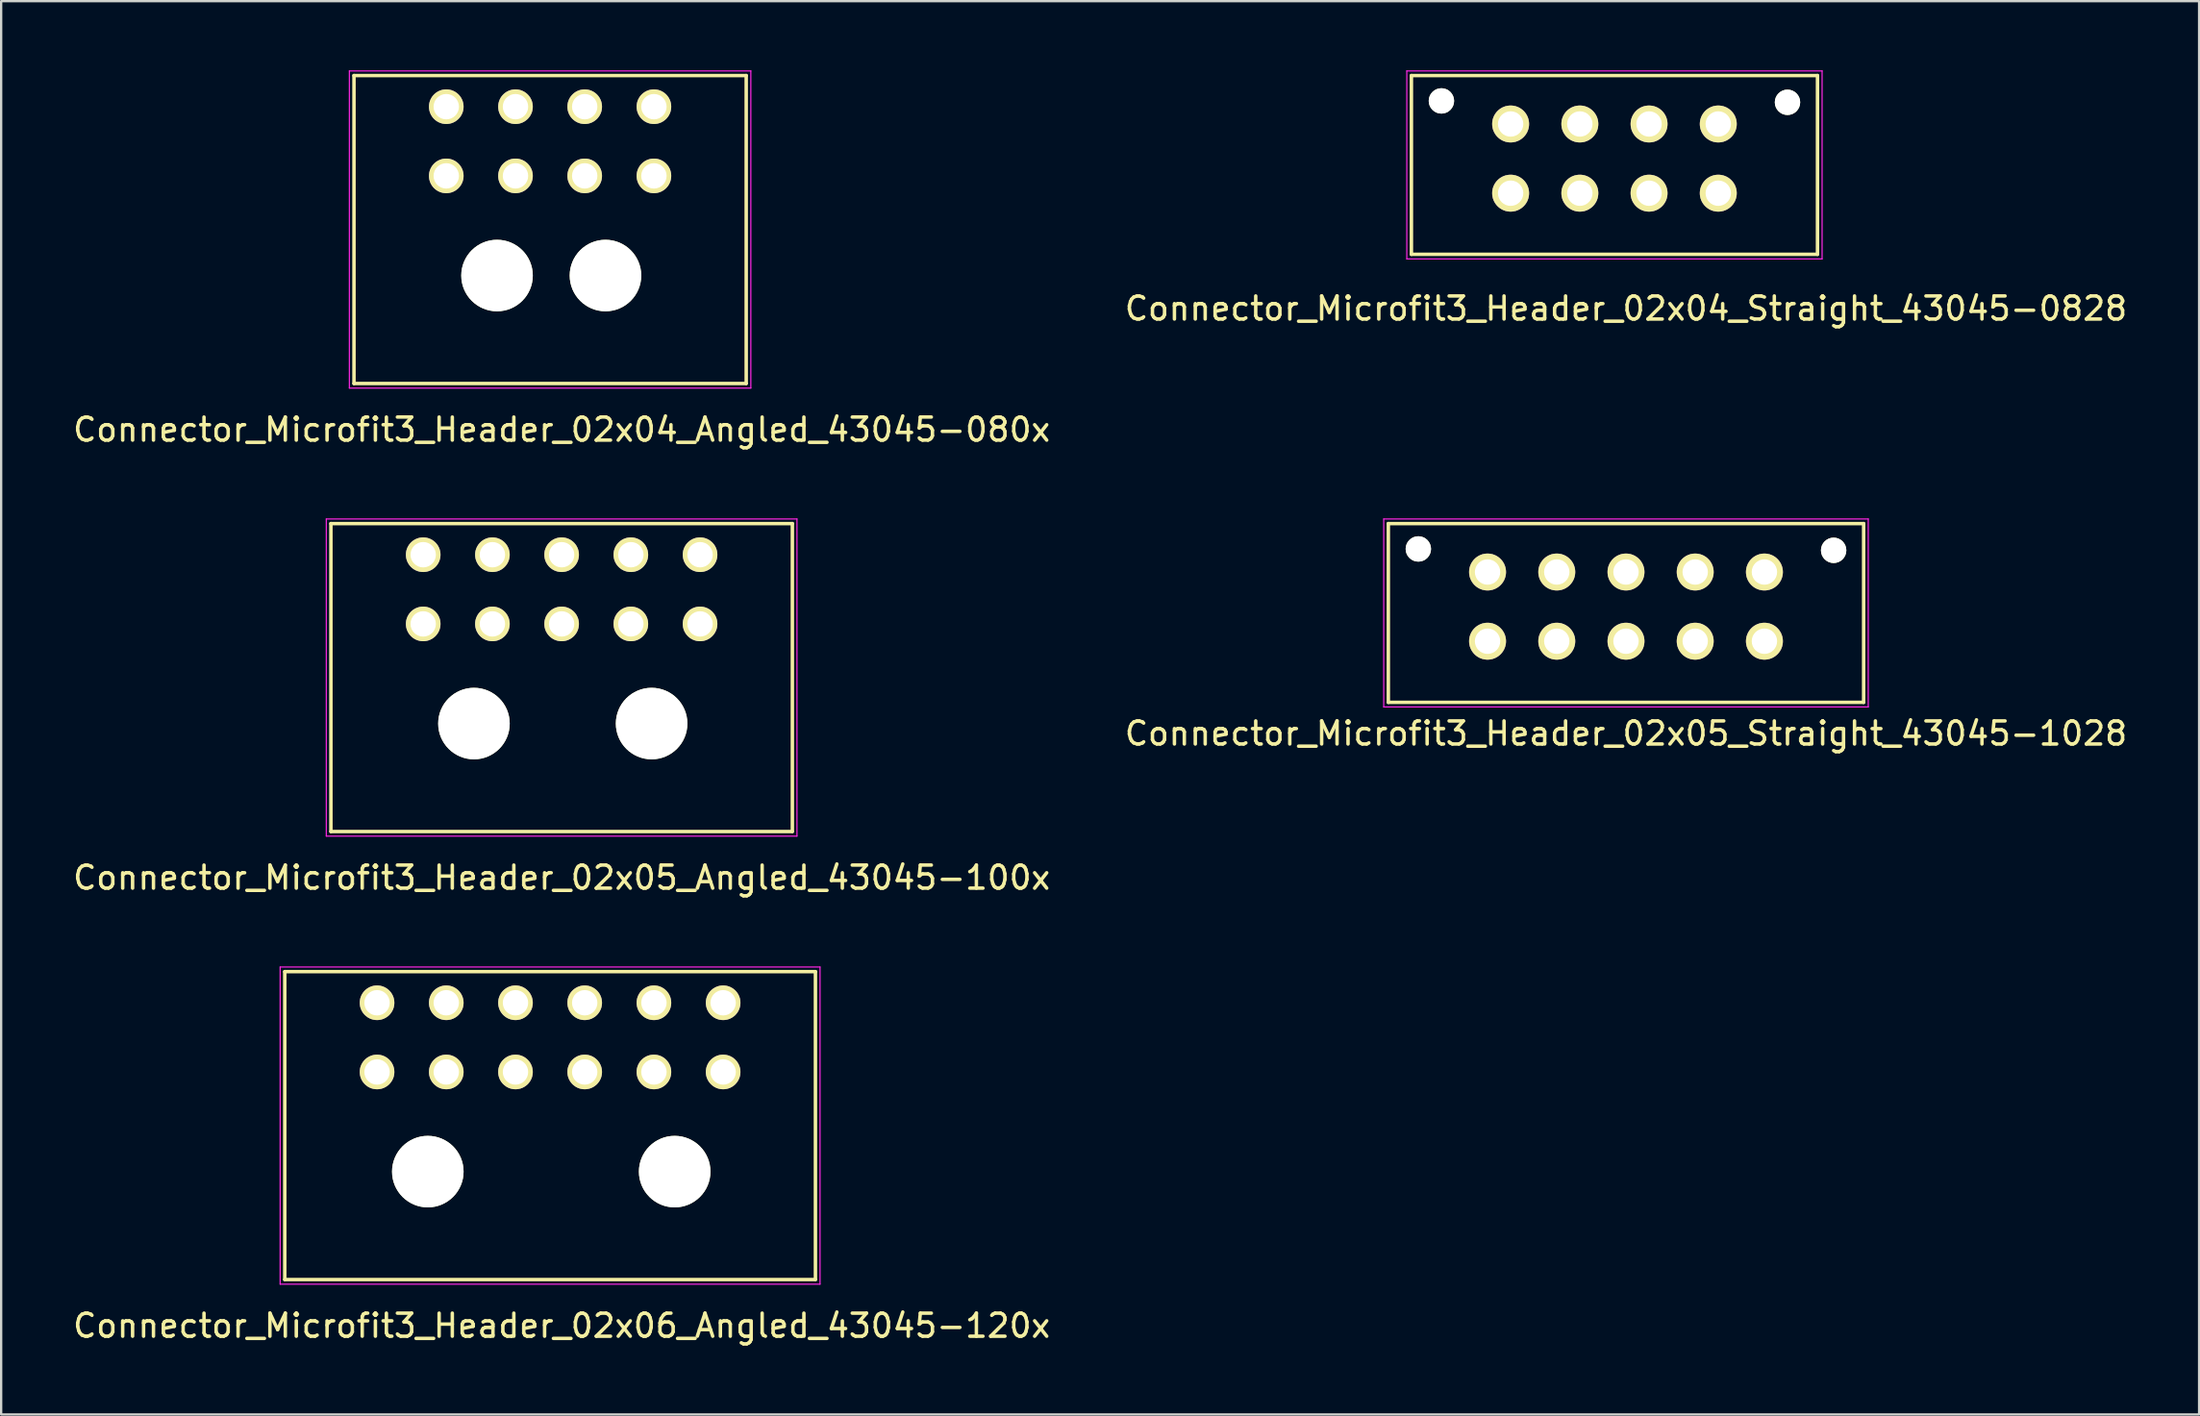
<source format=kicad_pcb>
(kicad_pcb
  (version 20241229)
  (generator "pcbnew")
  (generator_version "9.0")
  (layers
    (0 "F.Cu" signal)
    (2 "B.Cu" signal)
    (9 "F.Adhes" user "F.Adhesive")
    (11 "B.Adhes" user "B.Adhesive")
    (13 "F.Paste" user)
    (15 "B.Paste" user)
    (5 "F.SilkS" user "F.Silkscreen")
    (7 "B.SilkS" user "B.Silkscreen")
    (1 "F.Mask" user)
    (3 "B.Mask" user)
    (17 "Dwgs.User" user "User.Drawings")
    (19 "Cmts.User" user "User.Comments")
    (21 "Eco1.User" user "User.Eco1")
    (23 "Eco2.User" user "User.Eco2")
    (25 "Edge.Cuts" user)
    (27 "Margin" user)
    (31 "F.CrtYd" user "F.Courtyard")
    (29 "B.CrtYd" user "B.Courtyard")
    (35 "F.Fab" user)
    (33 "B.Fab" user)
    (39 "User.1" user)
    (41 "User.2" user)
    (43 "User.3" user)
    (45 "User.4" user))
  (footprint "Connector_Microfit3_Header_02x04_Angled_43045-080x"
    (layer "F.Cu")
    (at 25.292 4.575)
    (property "Reference" "Connector_Microfit3_Header_02x04_Angled_43045-080x" (at -4 11 0) (layer "F.SilkS") (effects (font (size 1 1) (thickness 0.15))))
    (attr through_hole)
    (fp_line (start -13 -4.35) (end 4 -4.35) (stroke (width 0.15) (type solid)) (layer "F.SilkS"))
    (fp_line (start -13 9) (end -13 -4.35) (stroke (width 0.15) (type solid)) (layer "F.SilkS"))
    (fp_line (start 4 -4.35) (end 4 9) (stroke (width 0.15) (type solid)) (layer "F.SilkS"))
    (fp_line (start 4 9) (end -13 9) (stroke (width 0.15) (type solid)) (layer "F.SilkS"))
    (fp_line (start -13.2 -4.55) (end -13.2 9.2) (stroke (width 0.05) (type solid)) (layer "F.CrtYd"))
    (fp_line (start -13.2 9.2) (end 4.2 9.2) (stroke (width 0.05) (type solid)) (layer "F.CrtYd"))
    (fp_line (start 4.2 -4.55) (end -13.2 -4.55) (stroke (width 0.05) (type solid)) (layer "F.CrtYd"))
    (fp_line (start 4.2 9.2) (end 4.2 -4.55) (stroke (width 0.05) (type solid)) (layer "F.CrtYd"))
    (pad "" np_thru_hole circle (at -6.8 4.32) (size 3.1 3.1) (drill 3.1) (layers "*.Cu" "*.Mask" "F.SilkS"))
    (pad "" np_thru_hole circle (at -2.1 4.32) (size 3.1 3.1) (drill 3.1) (layers "*.Cu" "*.Mask" "F.SilkS"))
    (pad "1" thru_hole circle (at 0 0) (size 1.5 1.5) (drill 1.1) (layers "*.Cu" "*.Mask" "F.SilkS"))
    (pad "2" thru_hole circle (at -3 0) (size 1.5 1.5) (drill 1.1) (layers "*.Cu" "*.Mask" "F.SilkS"))
    (pad "3" thru_hole circle (at -6 0) (size 1.5 1.5) (drill 1.1) (layers "*.Cu" "*.Mask" "F.SilkS"))
    (pad "4" thru_hole circle (at -9 0) (size 1.5 1.5) (drill 1.1) (layers "*.Cu" "*.Mask" "F.SilkS"))
    (pad "5" thru_hole circle (at 0 -3) (size 1.5 1.5) (drill 1.1) (layers "*.Cu" "*.Mask" "F.SilkS"))
    (pad "6" thru_hole circle (at -3 -3) (size 1.5 1.5) (drill 1.1) (layers "*.Cu" "*.Mask" "F.SilkS"))
    (pad "7" thru_hole circle (at -6 -3) (size 1.5 1.5) (drill 1.1) (layers "*.Cu" "*.Mask" "F.SilkS"))
    (pad "8" thru_hole circle (at -9 -3) (size 1.5 1.5) (drill 1.1) (layers "*.Cu" "*.Mask" "F.SilkS")))
  (footprint "Connector_Microfit3_Header_02x05_Angled_43045-100x"
    (layer "F.Cu")
    (at 27.292 23.998)
    (property "Reference" "Connector_Microfit3_Header_02x05_Angled_43045-100x" (at -6 11 0) (layer "F.SilkS") (effects (font (size 1 1) (thickness 0.15))))
    (attr through_hole)
    (fp_line (start -16 -4.35) (end 4 -4.35) (stroke (width 0.15) (type solid)) (layer "F.SilkS"))
    (fp_line (start -16 9) (end -16 -4.35) (stroke (width 0.15) (type solid)) (layer "F.SilkS"))
    (fp_line (start 4 -4.35) (end 4 9) (stroke (width 0.15) (type solid)) (layer "F.SilkS"))
    (fp_line (start 4 9) (end -16 9) (stroke (width 0.15) (type solid)) (layer "F.SilkS"))
    (fp_line (start -16.2 -4.55) (end -16.2 9.2) (stroke (width 0.05) (type solid)) (layer "F.CrtYd"))
    (fp_line (start -16.2 9.2) (end 4.2 9.2) (stroke (width 0.05) (type solid)) (layer "F.CrtYd"))
    (fp_line (start 4.2 -4.55) (end -16.2 -4.55) (stroke (width 0.05) (type solid)) (layer "F.CrtYd"))
    (fp_line (start 4.2 9.2) (end 4.2 -4.55) (stroke (width 0.05) (type solid)) (layer "F.CrtYd"))
    (pad "" np_thru_hole circle (at -9.8 4.32) (size 3.1 3.1) (drill 3.1) (layers "*.Cu" "*.Mask" "F.SilkS"))
    (pad "" np_thru_hole circle (at -2.1 4.32) (size 3.1 3.1) (drill 3.1) (layers "*.Cu" "*.Mask" "F.SilkS"))
    (pad "1" thru_hole circle (at 0 0) (size 1.5 1.5) (drill 1.1) (layers "*.Cu" "*.Mask" "F.SilkS"))
    (pad "2" thru_hole circle (at -3 0) (size 1.5 1.5) (drill 1.1) (layers "*.Cu" "*.Mask" "F.SilkS"))
    (pad "3" thru_hole circle (at -6 0) (size 1.5 1.5) (drill 1.1) (layers "*.Cu" "*.Mask" "F.SilkS"))
    (pad "4" thru_hole circle (at -9 0) (size 1.5 1.5) (drill 1.1) (layers "*.Cu" "*.Mask" "F.SilkS"))
    (pad "5" thru_hole circle (at -12 0) (size 1.5 1.5) (drill 1.1) (layers "*.Cu" "*.Mask" "F.SilkS"))
    (pad "6" thru_hole circle (at 0 -3) (size 1.5 1.5) (drill 1.1) (layers "*.Cu" "*.Mask" "F.SilkS"))
    (pad "7" thru_hole circle (at -3 -3) (size 1.5 1.5) (drill 1.1) (layers "*.Cu" "*.Mask" "F.SilkS"))
    (pad "8" thru_hole circle (at -6 -3) (size 1.5 1.5) (drill 1.1) (layers "*.Cu" "*.Mask" "F.SilkS"))
    (pad "9" thru_hole circle (at -9 -3) (size 1.5 1.5) (drill 1.1) (layers "*.Cu" "*.Mask" "F.SilkS"))
    (pad "10" thru_hole circle (at -12 -3) (size 1.5 1.5) (drill 1.1) (layers "*.Cu" "*.Mask" "F.SilkS")))
  (footprint "Connector_Microfit3_Header_02x04_Straight_43045-0828"
    (layer "F.Cu")
    (at 71.423 5.325)
    (property "Reference" "Connector_Microfit3_Header_02x04_Straight_43045-0828" (at -4 5 0) (layer "F.SilkS") (effects (font (size 1 1) (thickness 0.15))))
    (attr through_hole)
    (fp_line (start -13.3 2.65) (end -13.3 -5.1) (stroke (width 0.15) (type solid)) (layer "F.SilkS"))
    (fp_line (start 4.3 -5.1) (end -13.3 -5.1) (stroke (width 0.15) (type solid)) (layer "F.SilkS"))
    (fp_line (start 4.3 2.65) (end -13.3 2.65) (stroke (width 0.15) (type solid)) (layer "F.SilkS"))
    (fp_line (start 4.3 2.65) (end 4.3 -5.1) (stroke (width 0.15) (type solid)) (layer "F.SilkS"))
    (fp_line (start -13.5 2.85) (end -13.5 -5.3) (stroke (width 0.05) (type solid)) (layer "F.CrtYd"))
    (fp_line (start 4.5 -5.3) (end -13.5 -5.3) (stroke (width 0.05) (type solid)) (layer "F.CrtYd"))
    (fp_line (start 4.5 2.85) (end -13.5 2.85) (stroke (width 0.05) (type solid)) (layer "F.CrtYd"))
    (fp_line (start 4.5 2.85) (end 4.5 -5.3) (stroke (width 0.05) (type solid)) (layer "F.CrtYd"))
    (pad "" np_thru_hole circle (at -12 -4) (size 1.1 1.1) (drill 1.1) (layers "*.Cu" "*.Mask" "F.SilkS"))
    (pad "" np_thru_hole circle (at 3 -3.94) (size 1.1 1.1) (drill 1.1) (layers "*.Cu" "*.Mask" "F.SilkS"))
    (pad "1" thru_hole circle (at 0 0) (size 1.6 1.6) (drill 1.1) (layers "*.Cu" "*.Mask" "F.SilkS"))
    (pad "2" thru_hole circle (at -3 0) (size 1.6 1.6) (drill 1.1) (layers "*.Cu" "*.Mask" "F.SilkS"))
    (pad "3" thru_hole circle (at -6 0) (size 1.6 1.6) (drill 1.1) (layers "*.Cu" "*.Mask" "F.SilkS"))
    (pad "4" thru_hole circle (at -9 0) (size 1.6 1.6) (drill 1.1) (layers "*.Cu" "*.Mask" "F.SilkS"))
    (pad "5" thru_hole circle (at 0 -3) (size 1.6 1.6) (drill 1.1) (layers "*.Cu" "*.Mask" "F.SilkS"))
    (pad "6" thru_hole circle (at -3 -3) (size 1.6 1.6) (drill 1.1) (layers "*.Cu" "*.Mask" "F.SilkS"))
    (pad "7" thru_hole circle (at -6 -3) (size 1.6 1.6) (drill 1.1) (layers "*.Cu" "*.Mask" "F.SilkS"))
    (pad "8" thru_hole circle (at -9 -3) (size 1.6 1.6) (drill 1.1) (layers "*.Cu" "*.Mask" "F.SilkS")))
  (footprint "Connector_Microfit3_Header_02x05_Straight_43045-1028"
    (layer "F.Cu")
    (at 73.423 24.748)
    (property "Reference" "Connector_Microfit3_Header_02x05_Straight_43045-1028" (at -6 4 0) (layer "F.SilkS") (effects (font (size 1 1) (thickness 0.15))))
    (attr through_hole)
    (fp_line (start -16.3 2.65) (end -16.3 -5.1) (stroke (width 0.15) (type solid)) (layer "F.SilkS"))
    (fp_line (start 4.3 -5.1) (end -16.3 -5.1) (stroke (width 0.15) (type solid)) (layer "F.SilkS"))
    (fp_line (start 4.3 2.65) (end -16.3 2.65) (stroke (width 0.15) (type solid)) (layer "F.SilkS"))
    (fp_line (start 4.3 2.65) (end 4.3 -5.1) (stroke (width 0.15) (type solid)) (layer "F.SilkS"))
    (fp_line (start -16.5 2.85) (end -16.5 -5.3) (stroke (width 0.05) (type solid)) (layer "F.CrtYd"))
    (fp_line (start 4.5 -5.3) (end -16.5 -5.3) (stroke (width 0.05) (type solid)) (layer "F.CrtYd"))
    (fp_line (start 4.5 2.85) (end -16.5 2.85) (stroke (width 0.05) (type solid)) (layer "F.CrtYd"))
    (fp_line (start 4.5 2.85) (end 4.5 -5.3) (stroke (width 0.05) (type solid)) (layer "F.CrtYd"))
    (pad "" np_thru_hole circle (at -15 -4) (size 1.1 1.1) (drill 1.1) (layers "*.Cu" "*.Mask" "F.SilkS"))
    (pad "" np_thru_hole circle (at 3 -3.94) (size 1.1 1.1) (drill 1.1) (layers "*.Cu" "*.Mask" "F.SilkS"))
    (pad "1" thru_hole circle (at 0 0) (size 1.6 1.6) (drill 1.1) (layers "*.Cu" "*.Mask" "F.SilkS"))
    (pad "2" thru_hole circle (at -3 0) (size 1.6 1.6) (drill 1.1) (layers "*.Cu" "*.Mask" "F.SilkS"))
    (pad "3" thru_hole circle (at -6 0) (size 1.6 1.6) (drill 1.1) (layers "*.Cu" "*.Mask" "F.SilkS"))
    (pad "4" thru_hole circle (at -9 0) (size 1.6 1.6) (drill 1.1) (layers "*.Cu" "*.Mask" "F.SilkS"))
    (pad "5" thru_hole circle (at -12 0) (size 1.6 1.6) (drill 1.1) (layers "*.Cu" "*.Mask" "F.SilkS"))
    (pad "6" thru_hole circle (at 0 -3) (size 1.6 1.6) (drill 1.1) (layers "*.Cu" "*.Mask" "F.SilkS"))
    (pad "7" thru_hole circle (at -3 -3) (size 1.6 1.6) (drill 1.1) (layers "*.Cu" "*.Mask" "F.SilkS"))
    (pad "8" thru_hole circle (at -6 -3) (size 1.6 1.6) (drill 1.1) (layers "*.Cu" "*.Mask" "F.SilkS"))
    (pad "9" thru_hole circle (at -9 -3) (size 1.6 1.6) (drill 1.1) (layers "*.Cu" "*.Mask" "F.SilkS"))
    (pad "10" thru_hole circle (at -12 -3) (size 1.6 1.6) (drill 1.1) (layers "*.Cu" "*.Mask" "F.SilkS")))
  (footprint "Connector_Microfit3_Header_02x06_Angled_43045-120x"
    (layer "F.Cu")
    (at 28.292 43.422)
    (property "Reference" "Connector_Microfit3_Header_02x06_Angled_43045-120x" (at -7 11 0) (layer "F.SilkS") (effects (font (size 1 1) (thickness 0.15))))
    (attr through_hole)
    (fp_line (start -19 -4.35) (end 4 -4.35) (stroke (width 0.15) (type solid)) (layer "F.SilkS"))
    (fp_line (start -19 9) (end -19 -4.35) (stroke (width 0.15) (type solid)) (layer "F.SilkS"))
    (fp_line (start 4 -4.35) (end 4 9) (stroke (width 0.15) (type solid)) (layer "F.SilkS"))
    (fp_line (start 4 9) (end -19 9) (stroke (width 0.15) (type solid)) (layer "F.SilkS"))
    (fp_line (start -19.2 -4.55) (end -19.2 9.2) (stroke (width 0.05) (type solid)) (layer "F.CrtYd"))
    (fp_line (start -19.2 9.2) (end 4.2 9.2) (stroke (width 0.05) (type solid)) (layer "F.CrtYd"))
    (fp_line (start 4.2 -4.55) (end -19.2 -4.55) (stroke (width 0.05) (type solid)) (layer "F.CrtYd"))
    (fp_line (start 4.2 9.2) (end 4.2 -4.55) (stroke (width 0.05) (type solid)) (layer "F.CrtYd"))
    (pad "" np_thru_hole circle (at -12.8 4.32) (size 3.1 3.1) (drill 3.1) (layers "*.Cu" "*.Mask" "F.SilkS"))
    (pad "" np_thru_hole circle (at -2.1 4.32) (size 3.1 3.1) (drill 3.1) (layers "*.Cu" "*.Mask" "F.SilkS"))
    (pad "1" thru_hole circle (at 0 0) (size 1.5 1.5) (drill 1.1) (layers "*.Cu" "*.Mask" "F.SilkS"))
    (pad "2" thru_hole circle (at -3 0) (size 1.5 1.5) (drill 1.1) (layers "*.Cu" "*.Mask" "F.SilkS"))
    (pad "3" thru_hole circle (at -6 0) (size 1.5 1.5) (drill 1.1) (layers "*.Cu" "*.Mask" "F.SilkS"))
    (pad "4" thru_hole circle (at -9 0) (size 1.5 1.5) (drill 1.1) (layers "*.Cu" "*.Mask" "F.SilkS"))
    (pad "5" thru_hole circle (at -12 0) (size 1.5 1.5) (drill 1.1) (layers "*.Cu" "*.Mask" "F.SilkS"))
    (pad "6" thru_hole circle (at -15 0) (size 1.5 1.5) (drill 1.1) (layers "*.Cu" "*.Mask" "F.SilkS"))
    (pad "7" thru_hole circle (at 0 -3) (size 1.5 1.5) (drill 1.1) (layers "*.Cu" "*.Mask" "F.SilkS"))
    (pad "8" thru_hole circle (at -3 -3) (size 1.5 1.5) (drill 1.1) (layers "*.Cu" "*.Mask" "F.SilkS"))
    (pad "9" thru_hole circle (at -6 -3) (size 1.5 1.5) (drill 1.1) (layers "*.Cu" "*.Mask" "F.SilkS"))
    (pad "10" thru_hole circle (at -9 -3) (size 1.5 1.5) (drill 1.1) (layers "*.Cu" "*.Mask" "F.SilkS"))
    (pad "11" thru_hole circle (at -12 -3) (size 1.5 1.5) (drill 1.1) (layers "*.Cu" "*.Mask" "F.SilkS"))
    (pad "12" thru_hole circle (at -15 -3) (size 1.5 1.5) (drill 1.1) (layers "*.Cu" "*.Mask" "F.SilkS")))
  (gr_rect
    (start -3 -3)
    (end 92.262 58.27)
    (stroke (width 0.1) (type default))
    (fill no)
    (layer "Edge.Cuts")))
</source>
